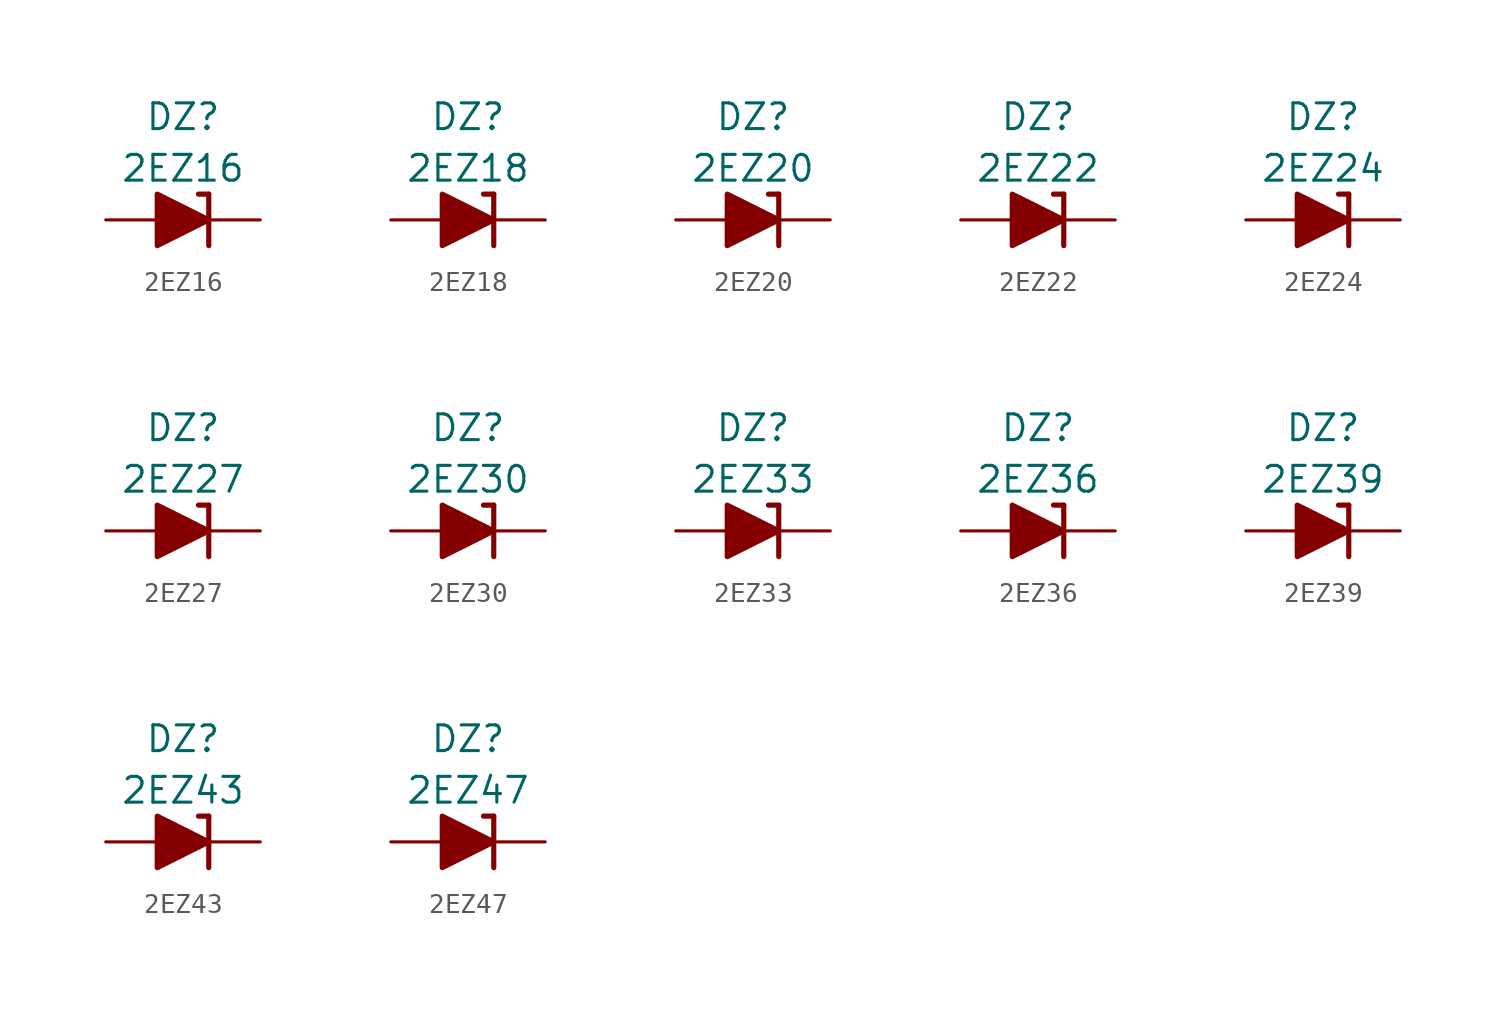
<source format=kicad_sym>
(kicad_symbol_lib
  (version 20211014)
  (generator kicad_symbol_editor)
  (symbol "2EZ16"
    (pin_numbers hide)
    (pin_names
      (offset 1.016) hide)
    (property "Reference" "DZ"
      (at 0 5.08 0)
      (effects (font (size 1.27 1.27))))
    (property "Value" "2EZ16"
      (at 0 2.54 0)
      (effects (font (size 1.27 1.27))))
    (symbol "2EZ16_0_1"
      (polyline (pts (xy -1.27 0) (xy 1.27 0)) (stroke (width 0) (type default) (color 0 0 0 0)) (fill (type none)))
      (polyline (pts (xy 1.27 1.27) (xy 0.762 1.27)) (stroke (width 0.254) (type default) (color 0 0 0 0)) (fill (type none)))
      (polyline (pts (xy 1.27 1.27) (xy 1.27 -1.27)) (stroke (width 0.254) (type default) (color 0 0 0 0)) (fill (type none)))
      (polyline (pts (xy -1.27 -1.27) (xy -1.27 1.27) (xy 1.27 0) (xy -1.27 -1.27)) (stroke (width 0.254) (type default) (color 0 0 0 0)) (fill (type outline))))
    (symbol "2EZ16_1_1"
      (pin passive line (at 3.81 0 180) (length 2.54) (name "K" (effects (font (size 1.27 1.27)))) (number "1" (effects (font (size 1.27 1.27)))))
      (pin passive line (at -3.81 0 0) (length 2.54) (name "A" (effects (font (size 1.27 1.27)))) (number "2" (effects (font (size 1.27 1.27)))))))
  (symbol "2EZ18"
    (pin_numbers hide)
    (pin_names
      (offset 1.016) hide)
    (property "Reference" "DZ"
      (at 0 5.08 0)
      (effects (font (size 1.27 1.27))))
    (property "Value" "2EZ18"
      (at 0 2.54 0)
      (effects (font (size 1.27 1.27))))
    (symbol "2EZ18_0_1"
      (polyline (pts (xy -1.27 0) (xy 1.27 0)) (stroke (width 0) (type default) (color 0 0 0 0)) (fill (type none)))
      (polyline (pts (xy 1.27 1.27) (xy 0.762 1.27)) (stroke (width 0.254) (type default) (color 0 0 0 0)) (fill (type none)))
      (polyline (pts (xy 1.27 1.27) (xy 1.27 -1.27)) (stroke (width 0.254) (type default) (color 0 0 0 0)) (fill (type none)))
      (polyline (pts (xy -1.27 -1.27) (xy -1.27 1.27) (xy 1.27 0) (xy -1.27 -1.27)) (stroke (width 0.254) (type default) (color 0 0 0 0)) (fill (type outline))))
    (symbol "2EZ18_1_1"
      (pin passive line (at 3.81 0 180) (length 2.54) (name "K" (effects (font (size 1.27 1.27)))) (number "1" (effects (font (size 1.27 1.27)))))
      (pin passive line (at -3.81 0 0) (length 2.54) (name "A" (effects (font (size 1.27 1.27)))) (number "2" (effects (font (size 1.27 1.27)))))))
  (symbol "2EZ20"
    (pin_numbers hide)
    (pin_names
      (offset 1.016) hide)
    (property "Reference" "DZ"
      (at 0 5.08 0)
      (effects (font (size 1.27 1.27))))
    (property "Value" "2EZ20"
      (at 0 2.54 0)
      (effects (font (size 1.27 1.27))))
    (symbol "2EZ20_0_1"
      (polyline (pts (xy -1.27 0) (xy 1.27 0)) (stroke (width 0) (type default) (color 0 0 0 0)) (fill (type none)))
      (polyline (pts (xy 1.27 1.27) (xy 0.762 1.27)) (stroke (width 0.254) (type default) (color 0 0 0 0)) (fill (type none)))
      (polyline (pts (xy 1.27 1.27) (xy 1.27 -1.27)) (stroke (width 0.254) (type default) (color 0 0 0 0)) (fill (type none)))
      (polyline (pts (xy -1.27 -1.27) (xy -1.27 1.27) (xy 1.27 0) (xy -1.27 -1.27)) (stroke (width 0.254) (type default) (color 0 0 0 0)) (fill (type outline))))
    (symbol "2EZ20_1_1"
      (pin passive line (at 3.81 0 180) (length 2.54) (name "K" (effects (font (size 1.27 1.27)))) (number "1" (effects (font (size 1.27 1.27)))))
      (pin passive line (at -3.81 0 0) (length 2.54) (name "A" (effects (font (size 1.27 1.27)))) (number "2" (effects (font (size 1.27 1.27)))))))
  (symbol "2EZ22"
    (pin_numbers hide)
    (pin_names
      (offset 1.016) hide)
    (property "Reference" "DZ"
      (at 0 5.08 0)
      (effects (font (size 1.27 1.27))))
    (property "Value" "2EZ22"
      (at 0 2.54 0)
      (effects (font (size 1.27 1.27))))
    (symbol "2EZ22_0_1"
      (polyline (pts (xy -1.27 0) (xy 1.27 0)) (stroke (width 0) (type default) (color 0 0 0 0)) (fill (type none)))
      (polyline (pts (xy 1.27 1.27) (xy 0.762 1.27)) (stroke (width 0.254) (type default) (color 0 0 0 0)) (fill (type none)))
      (polyline (pts (xy 1.27 1.27) (xy 1.27 -1.27)) (stroke (width 0.254) (type default) (color 0 0 0 0)) (fill (type none)))
      (polyline (pts (xy -1.27 -1.27) (xy -1.27 1.27) (xy 1.27 0) (xy -1.27 -1.27)) (stroke (width 0.254) (type default) (color 0 0 0 0)) (fill (type outline))))
    (symbol "2EZ22_1_1"
      (pin passive line (at 3.81 0 180) (length 2.54) (name "K" (effects (font (size 1.27 1.27)))) (number "1" (effects (font (size 1.27 1.27)))))
      (pin passive line (at -3.81 0 0) (length 2.54) (name "A" (effects (font (size 1.27 1.27)))) (number "2" (effects (font (size 1.27 1.27)))))))
  (symbol "2EZ24"
    (pin_numbers hide)
    (pin_names
      (offset 1.016) hide)
    (property "Reference" "DZ"
      (at 0 5.08 0)
      (effects (font (size 1.27 1.27))))
    (property "Value" "2EZ24"
      (at 0 2.54 0)
      (effects (font (size 1.27 1.27))))
    (symbol "2EZ24_0_1"
      (polyline (pts (xy -1.27 0) (xy 1.27 0)) (stroke (width 0) (type default) (color 0 0 0 0)) (fill (type none)))
      (polyline (pts (xy 1.27 1.27) (xy 0.762 1.27)) (stroke (width 0.254) (type default) (color 0 0 0 0)) (fill (type none)))
      (polyline (pts (xy 1.27 1.27) (xy 1.27 -1.27)) (stroke (width 0.254) (type default) (color 0 0 0 0)) (fill (type none)))
      (polyline (pts (xy -1.27 -1.27) (xy -1.27 1.27) (xy 1.27 0) (xy -1.27 -1.27)) (stroke (width 0.254) (type default) (color 0 0 0 0)) (fill (type outline))))
    (symbol "2EZ24_1_1"
      (pin passive line (at 3.81 0 180) (length 2.54) (name "K" (effects (font (size 1.27 1.27)))) (number "1" (effects (font (size 1.27 1.27)))))
      (pin passive line (at -3.81 0 0) (length 2.54) (name "A" (effects (font (size 1.27 1.27)))) (number "2" (effects (font (size 1.27 1.27)))))))
  (symbol "2EZ27"
    (pin_numbers hide)
    (pin_names
      (offset 1.016) hide)
    (property "Reference" "DZ"
      (at 0 5.08 0)
      (effects (font (size 1.27 1.27))))
    (property "Value" "2EZ27"
      (at 0 2.54 0)
      (effects (font (size 1.27 1.27))))
    (symbol "2EZ27_0_1"
      (polyline (pts (xy -1.27 0) (xy 1.27 0)) (stroke (width 0) (type default) (color 0 0 0 0)) (fill (type none)))
      (polyline (pts (xy 1.27 1.27) (xy 0.762 1.27)) (stroke (width 0.254) (type default) (color 0 0 0 0)) (fill (type none)))
      (polyline (pts (xy 1.27 1.27) (xy 1.27 -1.27)) (stroke (width 0.254) (type default) (color 0 0 0 0)) (fill (type none)))
      (polyline (pts (xy -1.27 -1.27) (xy -1.27 1.27) (xy 1.27 0) (xy -1.27 -1.27)) (stroke (width 0.254) (type default) (color 0 0 0 0)) (fill (type outline))))
    (symbol "2EZ27_1_1"
      (pin passive line (at 3.81 0 180) (length 2.54) (name "K" (effects (font (size 1.27 1.27)))) (number "1" (effects (font (size 1.27 1.27)))))
      (pin passive line (at -3.81 0 0) (length 2.54) (name "A" (effects (font (size 1.27 1.27)))) (number "2" (effects (font (size 1.27 1.27)))))))
  (symbol "2EZ30"
    (pin_numbers hide)
    (pin_names
      (offset 1.016) hide)
    (property "Reference" "DZ"
      (at 0 5.08 0)
      (effects (font (size 1.27 1.27))))
    (property "Value" "2EZ30"
      (at 0 2.54 0)
      (effects (font (size 1.27 1.27))))
    (symbol "2EZ30_0_1"
      (polyline (pts (xy -1.27 0) (xy 1.27 0)) (stroke (width 0) (type default) (color 0 0 0 0)) (fill (type none)))
      (polyline (pts (xy 1.27 1.27) (xy 0.762 1.27)) (stroke (width 0.254) (type default) (color 0 0 0 0)) (fill (type none)))
      (polyline (pts (xy 1.27 1.27) (xy 1.27 -1.27)) (stroke (width 0.254) (type default) (color 0 0 0 0)) (fill (type none)))
      (polyline (pts (xy -1.27 -1.27) (xy -1.27 1.27) (xy 1.27 0) (xy -1.27 -1.27)) (stroke (width 0.254) (type default) (color 0 0 0 0)) (fill (type outline))))
    (symbol "2EZ30_1_1"
      (pin passive line (at 3.81 0 180) (length 2.54) (name "K" (effects (font (size 1.27 1.27)))) (number "1" (effects (font (size 1.27 1.27)))))
      (pin passive line (at -3.81 0 0) (length 2.54) (name "A" (effects (font (size 1.27 1.27)))) (number "2" (effects (font (size 1.27 1.27)))))))
  (symbol "2EZ33"
    (pin_numbers hide)
    (pin_names
      (offset 1.016) hide)
    (property "Reference" "DZ"
      (at 0 5.08 0)
      (effects (font (size 1.27 1.27))))
    (property "Value" "2EZ33"
      (at 0 2.54 0)
      (effects (font (size 1.27 1.27))))
    (symbol "2EZ33_0_1"
      (polyline (pts (xy -1.27 0) (xy 1.27 0)) (stroke (width 0) (type default) (color 0 0 0 0)) (fill (type none)))
      (polyline (pts (xy 1.27 1.27) (xy 0.762 1.27)) (stroke (width 0.254) (type default) (color 0 0 0 0)) (fill (type none)))
      (polyline (pts (xy 1.27 1.27) (xy 1.27 -1.27)) (stroke (width 0.254) (type default) (color 0 0 0 0)) (fill (type none)))
      (polyline (pts (xy -1.27 -1.27) (xy -1.27 1.27) (xy 1.27 0) (xy -1.27 -1.27)) (stroke (width 0.254) (type default) (color 0 0 0 0)) (fill (type outline))))
    (symbol "2EZ33_1_1"
      (pin passive line (at 3.81 0 180) (length 2.54) (name "K" (effects (font (size 1.27 1.27)))) (number "1" (effects (font (size 1.27 1.27)))))
      (pin passive line (at -3.81 0 0) (length 2.54) (name "A" (effects (font (size 1.27 1.27)))) (number "2" (effects (font (size 1.27 1.27)))))))
  (symbol "2EZ36"
    (pin_numbers hide)
    (pin_names
      (offset 1.016) hide)
    (property "Reference" "DZ"
      (at 0 5.08 0)
      (effects (font (size 1.27 1.27))))
    (property "Value" "2EZ36"
      (at 0 2.54 0)
      (effects (font (size 1.27 1.27))))
    (symbol "2EZ36_0_1"
      (polyline (pts (xy -1.27 0) (xy 1.27 0)) (stroke (width 0) (type default) (color 0 0 0 0)) (fill (type none)))
      (polyline (pts (xy 1.27 1.27) (xy 0.762 1.27)) (stroke (width 0.254) (type default) (color 0 0 0 0)) (fill (type none)))
      (polyline (pts (xy 1.27 1.27) (xy 1.27 -1.27)) (stroke (width 0.254) (type default) (color 0 0 0 0)) (fill (type none)))
      (polyline (pts (xy -1.27 -1.27) (xy -1.27 1.27) (xy 1.27 0) (xy -1.27 -1.27)) (stroke (width 0.254) (type default) (color 0 0 0 0)) (fill (type outline))))
    (symbol "2EZ36_1_1"
      (pin passive line (at 3.81 0 180) (length 2.54) (name "K" (effects (font (size 1.27 1.27)))) (number "1" (effects (font (size 1.27 1.27)))))
      (pin passive line (at -3.81 0 0) (length 2.54) (name "A" (effects (font (size 1.27 1.27)))) (number "2" (effects (font (size 1.27 1.27)))))))
  (symbol "2EZ39"
    (pin_numbers hide)
    (pin_names
      (offset 1.016) hide)
    (property "Reference" "DZ"
      (at 0 5.08 0)
      (effects (font (size 1.27 1.27))))
    (property "Value" "2EZ39"
      (at 0 2.54 0)
      (effects (font (size 1.27 1.27))))
    (symbol "2EZ39_0_1"
      (polyline (pts (xy -1.27 0) (xy 1.27 0)) (stroke (width 0) (type default) (color 0 0 0 0)) (fill (type none)))
      (polyline (pts (xy 1.27 1.27) (xy 0.762 1.27)) (stroke (width 0.254) (type default) (color 0 0 0 0)) (fill (type none)))
      (polyline (pts (xy 1.27 1.27) (xy 1.27 -1.27)) (stroke (width 0.254) (type default) (color 0 0 0 0)) (fill (type none)))
      (polyline (pts (xy -1.27 -1.27) (xy -1.27 1.27) (xy 1.27 0) (xy -1.27 -1.27)) (stroke (width 0.254) (type default) (color 0 0 0 0)) (fill (type outline))))
    (symbol "2EZ39_1_1"
      (pin passive line (at 3.81 0 180) (length 2.54) (name "K" (effects (font (size 1.27 1.27)))) (number "1" (effects (font (size 1.27 1.27)))))
      (pin passive line (at -3.81 0 0) (length 2.54) (name "A" (effects (font (size 1.27 1.27)))) (number "2" (effects (font (size 1.27 1.27)))))))
  (symbol "2EZ43"
    (pin_numbers hide)
    (pin_names
      (offset 1.016) hide)
    (property "Reference" "DZ"
      (at 0 5.08 0)
      (effects (font (size 1.27 1.27))))
    (property "Value" "2EZ43"
      (at 0 2.54 0)
      (effects (font (size 1.27 1.27))))
    (symbol "2EZ43_0_1"
      (polyline (pts (xy -1.27 0) (xy 1.27 0)) (stroke (width 0) (type default) (color 0 0 0 0)) (fill (type none)))
      (polyline (pts (xy 1.27 1.27) (xy 0.762 1.27)) (stroke (width 0.254) (type default) (color 0 0 0 0)) (fill (type none)))
      (polyline (pts (xy 1.27 1.27) (xy 1.27 -1.27)) (stroke (width 0.254) (type default) (color 0 0 0 0)) (fill (type none)))
      (polyline (pts (xy -1.27 -1.27) (xy -1.27 1.27) (xy 1.27 0) (xy -1.27 -1.27)) (stroke (width 0.254) (type default) (color 0 0 0 0)) (fill (type outline))))
    (symbol "2EZ43_1_1"
      (pin passive line (at 3.81 0 180) (length 2.54) (name "K" (effects (font (size 1.27 1.27)))) (number "1" (effects (font (size 1.27 1.27)))))
      (pin passive line (at -3.81 0 0) (length 2.54) (name "A" (effects (font (size 1.27 1.27)))) (number "2" (effects (font (size 1.27 1.27)))))))
  (symbol "2EZ47"
    (pin_numbers hide)
    (pin_names
      (offset 1.016) hide)
    (property "Reference" "DZ"
      (at 0 5.08 0)
      (effects (font (size 1.27 1.27))))
    (property "Value" "2EZ47"
      (at 0 2.54 0)
      (effects (font (size 1.27 1.27))))
    (symbol "2EZ47_0_1"
      (polyline (pts (xy -1.27 0) (xy 1.27 0)) (stroke (width 0) (type default) (color 0 0 0 0)) (fill (type none)))
      (polyline (pts (xy 1.27 1.27) (xy 0.762 1.27)) (stroke (width 0.254) (type default) (color 0 0 0 0)) (fill (type none)))
      (polyline (pts (xy 1.27 1.27) (xy 1.27 -1.27)) (stroke (width 0.254) (type default) (color 0 0 0 0)) (fill (type none)))
      (polyline (pts (xy -1.27 -1.27) (xy -1.27 1.27) (xy 1.27 0) (xy -1.27 -1.27)) (stroke (width 0.254) (type default) (color 0 0 0 0)) (fill (type outline))))
    (symbol "2EZ47_1_1"
      (pin passive line (at 3.81 0 180) (length 2.54) (name "K" (effects (font (size 1.27 1.27)))) (number "1" (effects (font (size 1.27 1.27)))))
      (pin passive line (at -3.81 0 0) (length 2.54) (name "A" (effects (font (size 1.27 1.27)))) (number "2" (effects (font (size 1.27 1.27))))))))
</source>
